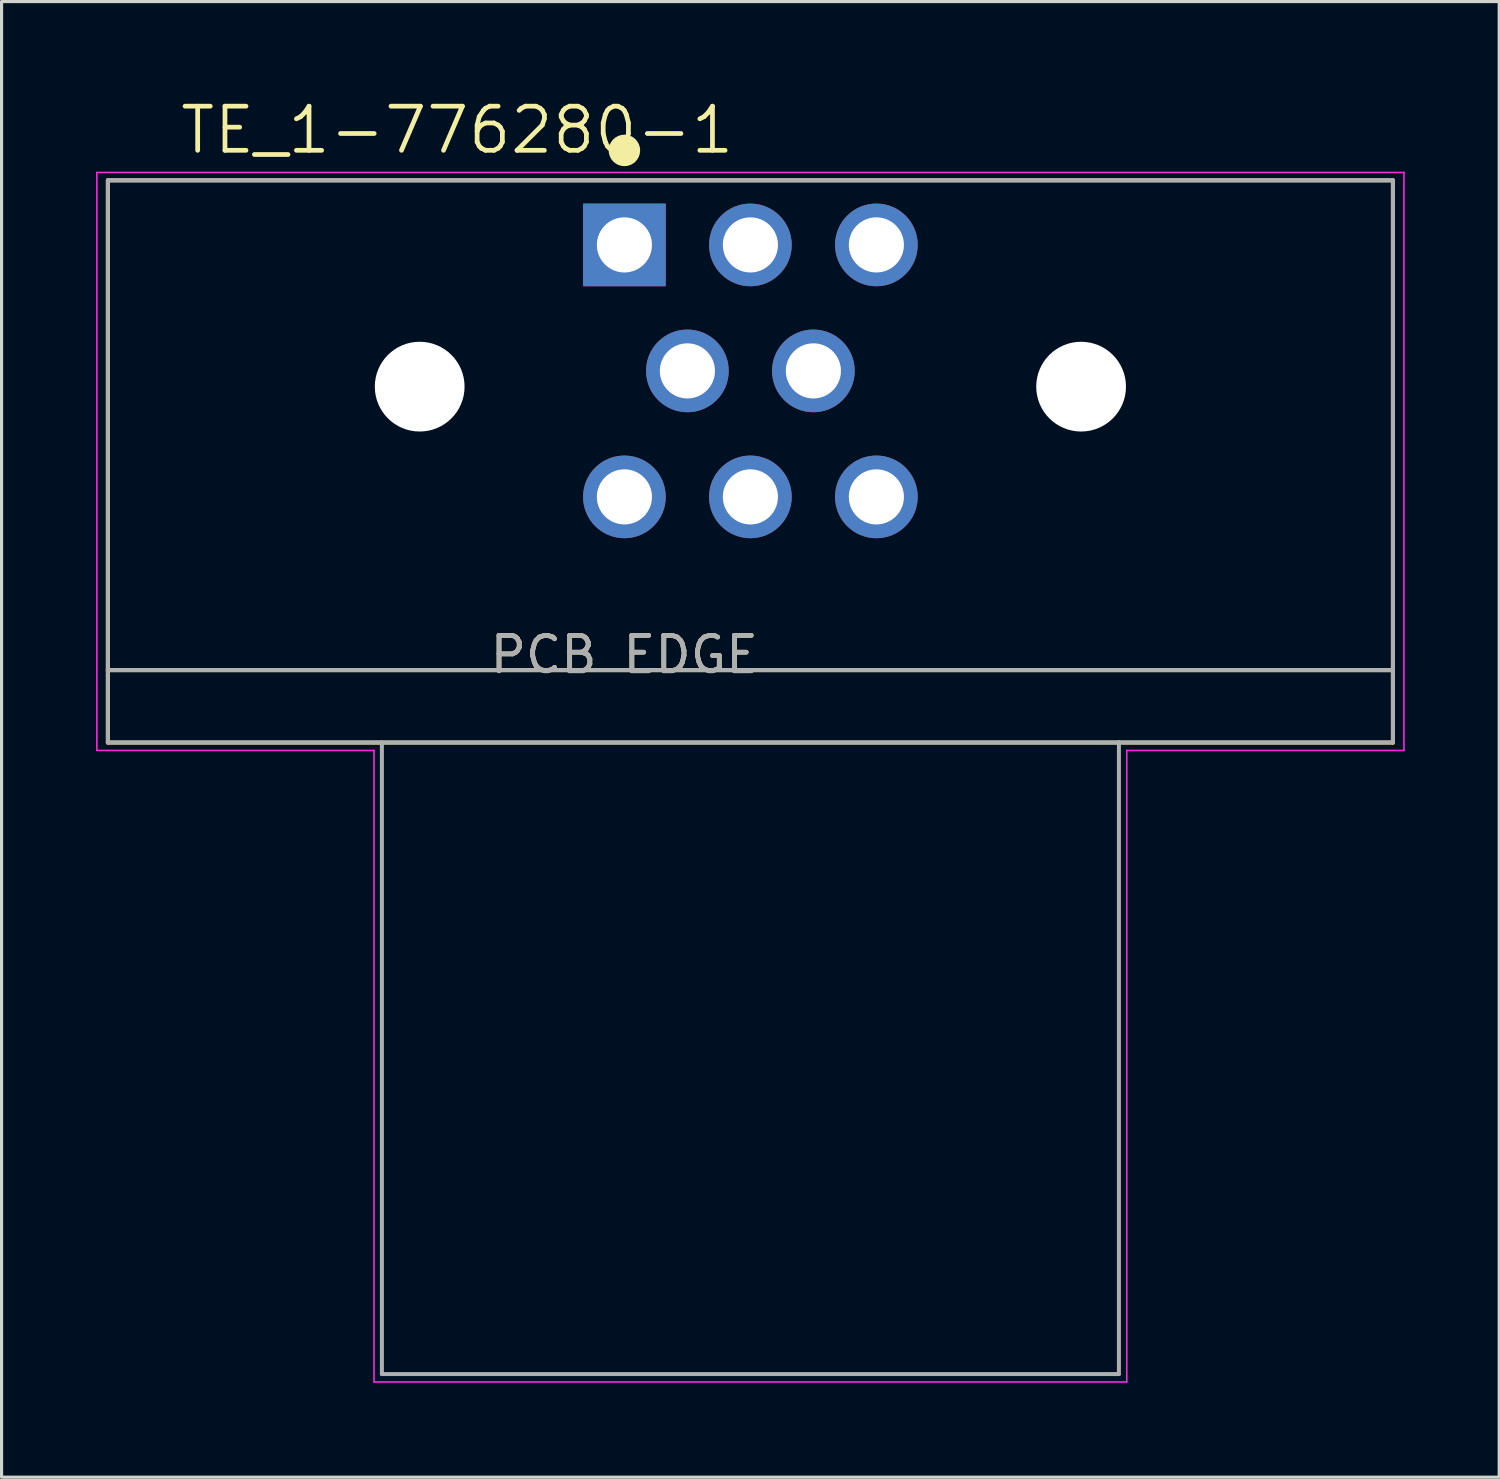
<source format=kicad_pcb>
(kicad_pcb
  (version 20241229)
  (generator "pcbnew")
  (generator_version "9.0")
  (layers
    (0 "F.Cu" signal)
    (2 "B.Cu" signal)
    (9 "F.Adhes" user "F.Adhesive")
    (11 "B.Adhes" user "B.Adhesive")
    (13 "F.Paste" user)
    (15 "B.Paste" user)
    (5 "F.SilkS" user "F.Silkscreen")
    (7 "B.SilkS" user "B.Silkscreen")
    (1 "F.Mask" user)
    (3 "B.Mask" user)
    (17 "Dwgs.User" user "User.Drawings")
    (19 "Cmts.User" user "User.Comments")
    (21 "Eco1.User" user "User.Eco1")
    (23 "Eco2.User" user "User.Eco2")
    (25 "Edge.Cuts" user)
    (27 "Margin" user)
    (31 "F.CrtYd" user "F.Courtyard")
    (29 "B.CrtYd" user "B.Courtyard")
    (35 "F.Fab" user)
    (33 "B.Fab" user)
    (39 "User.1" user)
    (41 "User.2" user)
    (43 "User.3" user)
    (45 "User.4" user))
  (footprint "TE_1-776280-1"
    (layer "F.Cu")
    (at 20.775 9.226)
    (property "Reference" "TE_1-776280-1" (at -9.31 -8.144 0) (layer "F.SilkS") (effects (font (size 1.401 1.401) (thickness 0.15))))
    (attr through_hole)
    (fp_line (start -20.4 -6.55) (end 20.4 -6.55) (stroke (width 0.127) (type solid)) (layer "F.SilkS"))
    (fp_line (start -20.4 9) (end -20.4 -6.55) (stroke (width 0.127) (type solid)) (layer "F.SilkS"))
    (fp_line (start -20.4 11.3) (end -20.4 9) (stroke (width 0.127) (type solid)) (layer "F.SilkS"))
    (fp_line (start 11.7 11.3) (end -20.4 11.3) (stroke (width 0.127) (type solid)) (layer "F.SilkS"))
    (fp_line (start 20.4 -6.55) (end 20.4 9) (stroke (width 0.127) (type solid)) (layer "F.SilkS"))
    (fp_line (start 20.4 9) (end -20.4 9) (stroke (width 0.127) (type solid)) (layer "F.SilkS"))
    (fp_line (start 20.4 9) (end 20.4 11.3) (stroke (width 0.127) (type solid)) (layer "F.SilkS"))
    (fp_line (start 20.4 11.3) (end 11.7 11.3) (stroke (width 0.127) (type solid)) (layer "F.SilkS"))
    (fp_circle (center -4 -7.5) (end -3.75 -7.5) (stroke (width 0.5) (type solid)) (fill no) (layer "F.SilkS"))
    (fp_line (start -20.75 -6.8) (end -20.75 11.55) (stroke (width 0.05) (type solid)) (layer "F.CrtYd"))
    (fp_line (start -20.75 11.55) (end -11.95 11.55) (stroke (width 0.05) (type solid)) (layer "F.CrtYd"))
    (fp_line (start -11.95 11.55) (end -11.95 31.6) (stroke (width 0.05) (type solid)) (layer "F.CrtYd"))
    (fp_line (start -11.95 31.6) (end 11.95 31.6) (stroke (width 0.05) (type solid)) (layer "F.CrtYd"))
    (fp_line (start 11.95 11.55) (end 20.75 11.55) (stroke (width 0.05) (type solid)) (layer "F.CrtYd"))
    (fp_line (start 11.95 31.6) (end 11.95 11.55) (stroke (width 0.05) (type solid)) (layer "F.CrtYd"))
    (fp_line (start 20.75 -6.8) (end -20.75 -6.8) (stroke (width 0.05) (type solid)) (layer "F.CrtYd"))
    (fp_line (start 20.75 11.55) (end 20.75 -6.8) (stroke (width 0.05) (type solid)) (layer "F.CrtYd"))
    (fp_line (start -20.4 -6.55) (end 20.4 -6.55) (stroke (width 0.127) (type solid)) (layer "F.Fab"))
    (fp_line (start -20.4 9) (end -20.4 -6.55) (stroke (width 0.127) (type solid)) (layer "F.Fab"))
    (fp_line (start -20.4 11.3) (end -20.4 9) (stroke (width 0.127) (type solid)) (layer "F.Fab"))
    (fp_line (start -11.7 11.3) (end -20.4 11.3) (stroke (width 0.127) (type solid)) (layer "F.Fab"))
    (fp_line (start -11.7 11.3) (end -11.7 31.35) (stroke (width 0.127) (type solid)) (layer "F.Fab"))
    (fp_line (start -11.7 31.35) (end 11.7 31.35) (stroke (width 0.127) (type solid)) (layer "F.Fab"))
    (fp_line (start 11.7 11.3) (end -11.7 11.3) (stroke (width 0.127) (type solid)) (layer "F.Fab"))
    (fp_line (start 11.7 31.35) (end 11.7 11.3) (stroke (width 0.127) (type solid)) (layer "F.Fab"))
    (fp_line (start 20.4 -6.55) (end 20.4 9) (stroke (width 0.127) (type solid)) (layer "F.Fab"))
    (fp_line (start 20.4 9) (end -20.4 9) (stroke (width 0.127) (type solid)) (layer "F.Fab"))
    (fp_line (start 20.4 9) (end 20.4 11.3) (stroke (width 0.127) (type solid)) (layer "F.Fab"))
    (fp_line (start 20.4 11.3) (end 11.7 11.3) (stroke (width 0.127) (type solid)) (layer "F.Fab"))
    (fp_text user "PCB EDGE" (at -4.003 8.507 0) (layer "F.SilkS") (effects (font (size 1.121 1.121) (thickness 0.15))))
    (fp_text user "PCB EDGE" (at -4.005 8.51 0) (layer "F.Fab") (effects (font (size 1.121 1.121) (thickness 0.15))))
    (pad "" np_thru_hole circle (at -10.5 0) (size 2.85 2.85) (drill 2.85) (layers "*.Cu" "*.Mask"))
    (pad "" np_thru_hole circle (at 10.5 0) (size 2.85 2.85) (drill 2.85) (layers "*.Cu" "*.Mask"))
    (pad "1" thru_hole rect (at -4 -4.5) (size 2.625 2.625) (drill 1.75) (layers "*.Cu" "*.Mask"))
    (pad "2" thru_hole circle (at 0 -4.5) (size 2.625 2.625) (drill 1.75) (layers "*.Cu" "*.Mask"))
    (pad "3" thru_hole circle (at 4 -4.5) (size 2.625 2.625) (drill 1.75) (layers "*.Cu" "*.Mask"))
    (pad "4" thru_hole circle (at -2 -0.5) (size 2.625 2.625) (drill 1.75) (layers "*.Cu" "*.Mask"))
    (pad "5" thru_hole circle (at 2 -0.5) (size 2.625 2.625) (drill 1.75) (layers "*.Cu" "*.Mask"))
    (pad "6" thru_hole circle (at -4 3.5) (size 2.625 2.625) (drill 1.75) (layers "*.Cu" "*.Mask"))
    (pad "7" thru_hole circle (at 0 3.5) (size 2.625 2.625) (drill 1.75) (layers "*.Cu" "*.Mask"))
    (pad "8" thru_hole circle (at 4 3.5) (size 2.625 2.625) (drill 1.75) (layers "*.Cu" "*.Mask")))
  (gr_rect
    (start -3 -3)
    (end 44.55 43.851)
    (stroke (width 0.1) (type default))
    (fill no)
    (layer "Edge.Cuts")))
</source>
